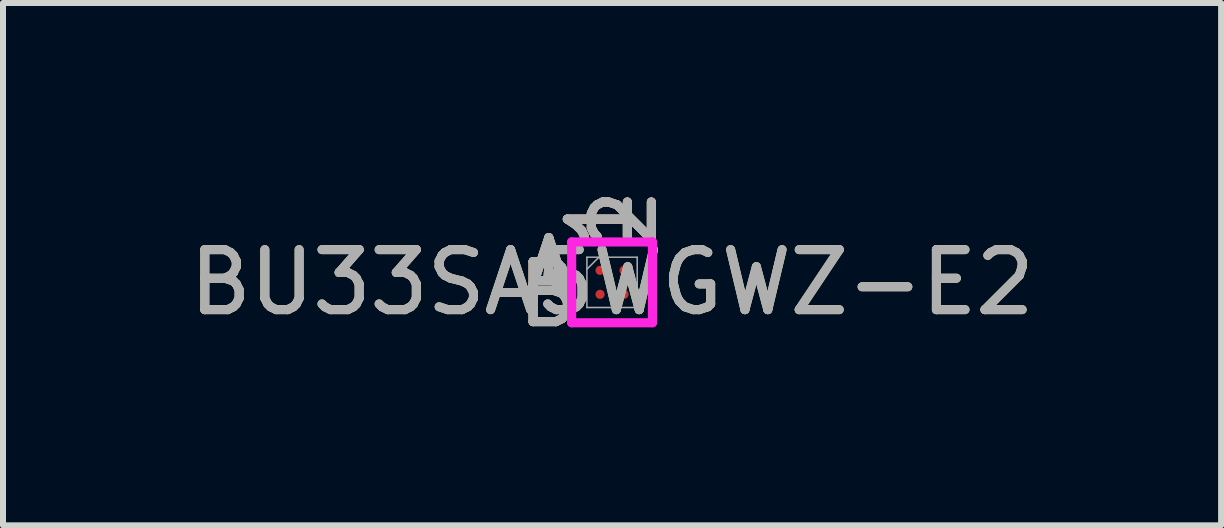
<source format=kicad_pcb>
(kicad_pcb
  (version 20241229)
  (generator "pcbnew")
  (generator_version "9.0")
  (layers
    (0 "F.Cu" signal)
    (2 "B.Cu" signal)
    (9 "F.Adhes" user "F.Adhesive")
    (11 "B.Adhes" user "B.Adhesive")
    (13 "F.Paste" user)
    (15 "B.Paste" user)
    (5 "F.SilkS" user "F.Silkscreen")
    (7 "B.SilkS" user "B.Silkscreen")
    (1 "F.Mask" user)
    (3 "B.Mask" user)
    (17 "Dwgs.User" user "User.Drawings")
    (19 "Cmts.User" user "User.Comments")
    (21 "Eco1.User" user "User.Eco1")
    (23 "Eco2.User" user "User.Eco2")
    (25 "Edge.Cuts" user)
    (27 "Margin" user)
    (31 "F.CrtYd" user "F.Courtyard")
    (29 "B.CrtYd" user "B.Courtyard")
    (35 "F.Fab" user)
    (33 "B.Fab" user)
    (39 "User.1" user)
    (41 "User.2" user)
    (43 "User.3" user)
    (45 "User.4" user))
  (footprint "BU33SA5WGWZ-E2"
    (layer "F.Cu")
    (at 7.149 1.655)
    (property "Reference" "BU33SA5WGWZ-E2" (at 0 0 0) (unlocked yes) (layer "F.SilkS") (effects (font (size 1 1) (thickness 0.15))))
    (attr smd)
    (fp_poly (pts (xy -0.845 -0.845) (xy 0.845 -0.845) (xy 0.845 0.845) (xy -0.845 0.845)) (stroke (width 0.1) (type solid)) (fill no) (layer "Eco2.User"))
    (fp_line (start -0.673 -0.673) (end 0.673 -0.673) (stroke (width 0.152) (type solid)) (layer "F.CrtYd"))
    (fp_line (start -0.673 0.673) (end -0.673 -0.673) (stroke (width 0.152) (type solid)) (layer "F.CrtYd"))
    (fp_line (start 0.673 -0.673) (end 0.673 0.673) (stroke (width 0.152) (type solid)) (layer "F.CrtYd"))
    (fp_line (start 0.673 0.673) (end -0.673 0.673) (stroke (width 0.152) (type solid)) (layer "F.CrtYd"))
    (fp_line (start -0.419 -0.419) (end -0.419 0.419) (stroke (width 0.025) (type solid)) (layer "F.Fab"))
    (fp_line (start -0.419 0.419) (end 0.419 0.419) (stroke (width 0.025) (type solid)) (layer "F.Fab"))
    (fp_line (start -0.219 -0.419) (end -0.419 -0.219) (stroke (width 0.025) (type solid)) (layer "F.Fab"))
    (fp_line (start 0.419 -0.419) (end -0.419 -0.419) (stroke (width 0.025) (type solid)) (layer "F.Fab"))
    (fp_line (start 0.419 0.419) (end 0.419 -0.419) (stroke (width 0.025) (type solid)) (layer "F.Fab"))
    (fp_text user "2" (at 0.2 -1.054 90) (unlocked yes) (layer "F.SilkS") (effects (font (size 1 1) (thickness 0.15))))
    (fp_text user "B" (at -1.054 0.2 0) (unlocked yes) (layer "F.SilkS") (effects (font (size 1 1) (thickness 0.15))))
    (fp_text user "A" (at -1.054 -0.2 0) (unlocked yes) (layer "F.SilkS") (effects (font (size 1 1) (thickness 0.15))))
    (fp_text user "1" (at -0.2 -1.054 90) (unlocked yes) (layer "F.SilkS") (effects (font (size 1 1) (thickness 0.15))))
    (fp_text user "1" (at -0.2 -1.054 90) (unlocked yes) (layer "B.SilkS") (effects (font (size 1 1) (thickness 0.15))))
    (fp_text user "B" (at -1.054 0.2 0) (unlocked yes) (layer "B.SilkS") (effects (font (size 1 1) (thickness 0.15))))
    (fp_text user "A" (at -1.054 -0.2 0) (unlocked yes) (layer "B.SilkS") (effects (font (size 1 1) (thickness 0.15))))
    (fp_text user "2" (at 0.2 -1.054 90) (unlocked yes) (layer "B.SilkS") (effects (font (size 1 1) (thickness 0.15))))
    (fp_text user "A" (at -1.054 -0.2 0) (unlocked yes) (layer "F.Fab") (effects (font (size 1 1) (thickness 0.15))))
    (fp_text user "1" (at -0.2 -1.054 90) (unlocked yes) (layer "F.Fab") (effects (font (size 1 1) (thickness 0.15))))
    (fp_text user "2" (at 0.2 -1.054 90) (unlocked yes) (layer "F.Fab") (effects (font (size 1 1) (thickness 0.15))))
    (fp_text user "B" (at -1.054 0.2 0) (unlocked yes) (layer "F.Fab") (effects (font (size 1 1) (thickness 0.15))))
    (fp_text user "${REFERENCE}" (at 0 0 0) (unlocked yes) (layer "F.Fab") (effects (font (size 1 1) (thickness 0.15))))
    (pad "A1" smd circle (at -0.2 -0.2) (size 0.152 0.152) (layers "F.Cu" "F.Mask" "F.Paste"))
    (pad "A2" smd circle (at 0.2 -0.2) (size 0.152 0.152) (layers "F.Cu" "F.Mask" "F.Paste"))
    (pad "B1" smd circle (at -0.2 0.2) (size 0.152 0.152) (layers "F.Cu" "F.Mask" "F.Paste"))
    (pad "B2" smd circle (at 0.2 0.2) (size 0.152 0.152) (layers "F.Cu" "F.Mask" "F.Paste")))
  (gr_rect
    (start -3 -3)
    (end 17.298 5.704)
    (stroke (width 0.1) (type default))
    (fill no)
    (layer "Edge.Cuts")))
</source>
